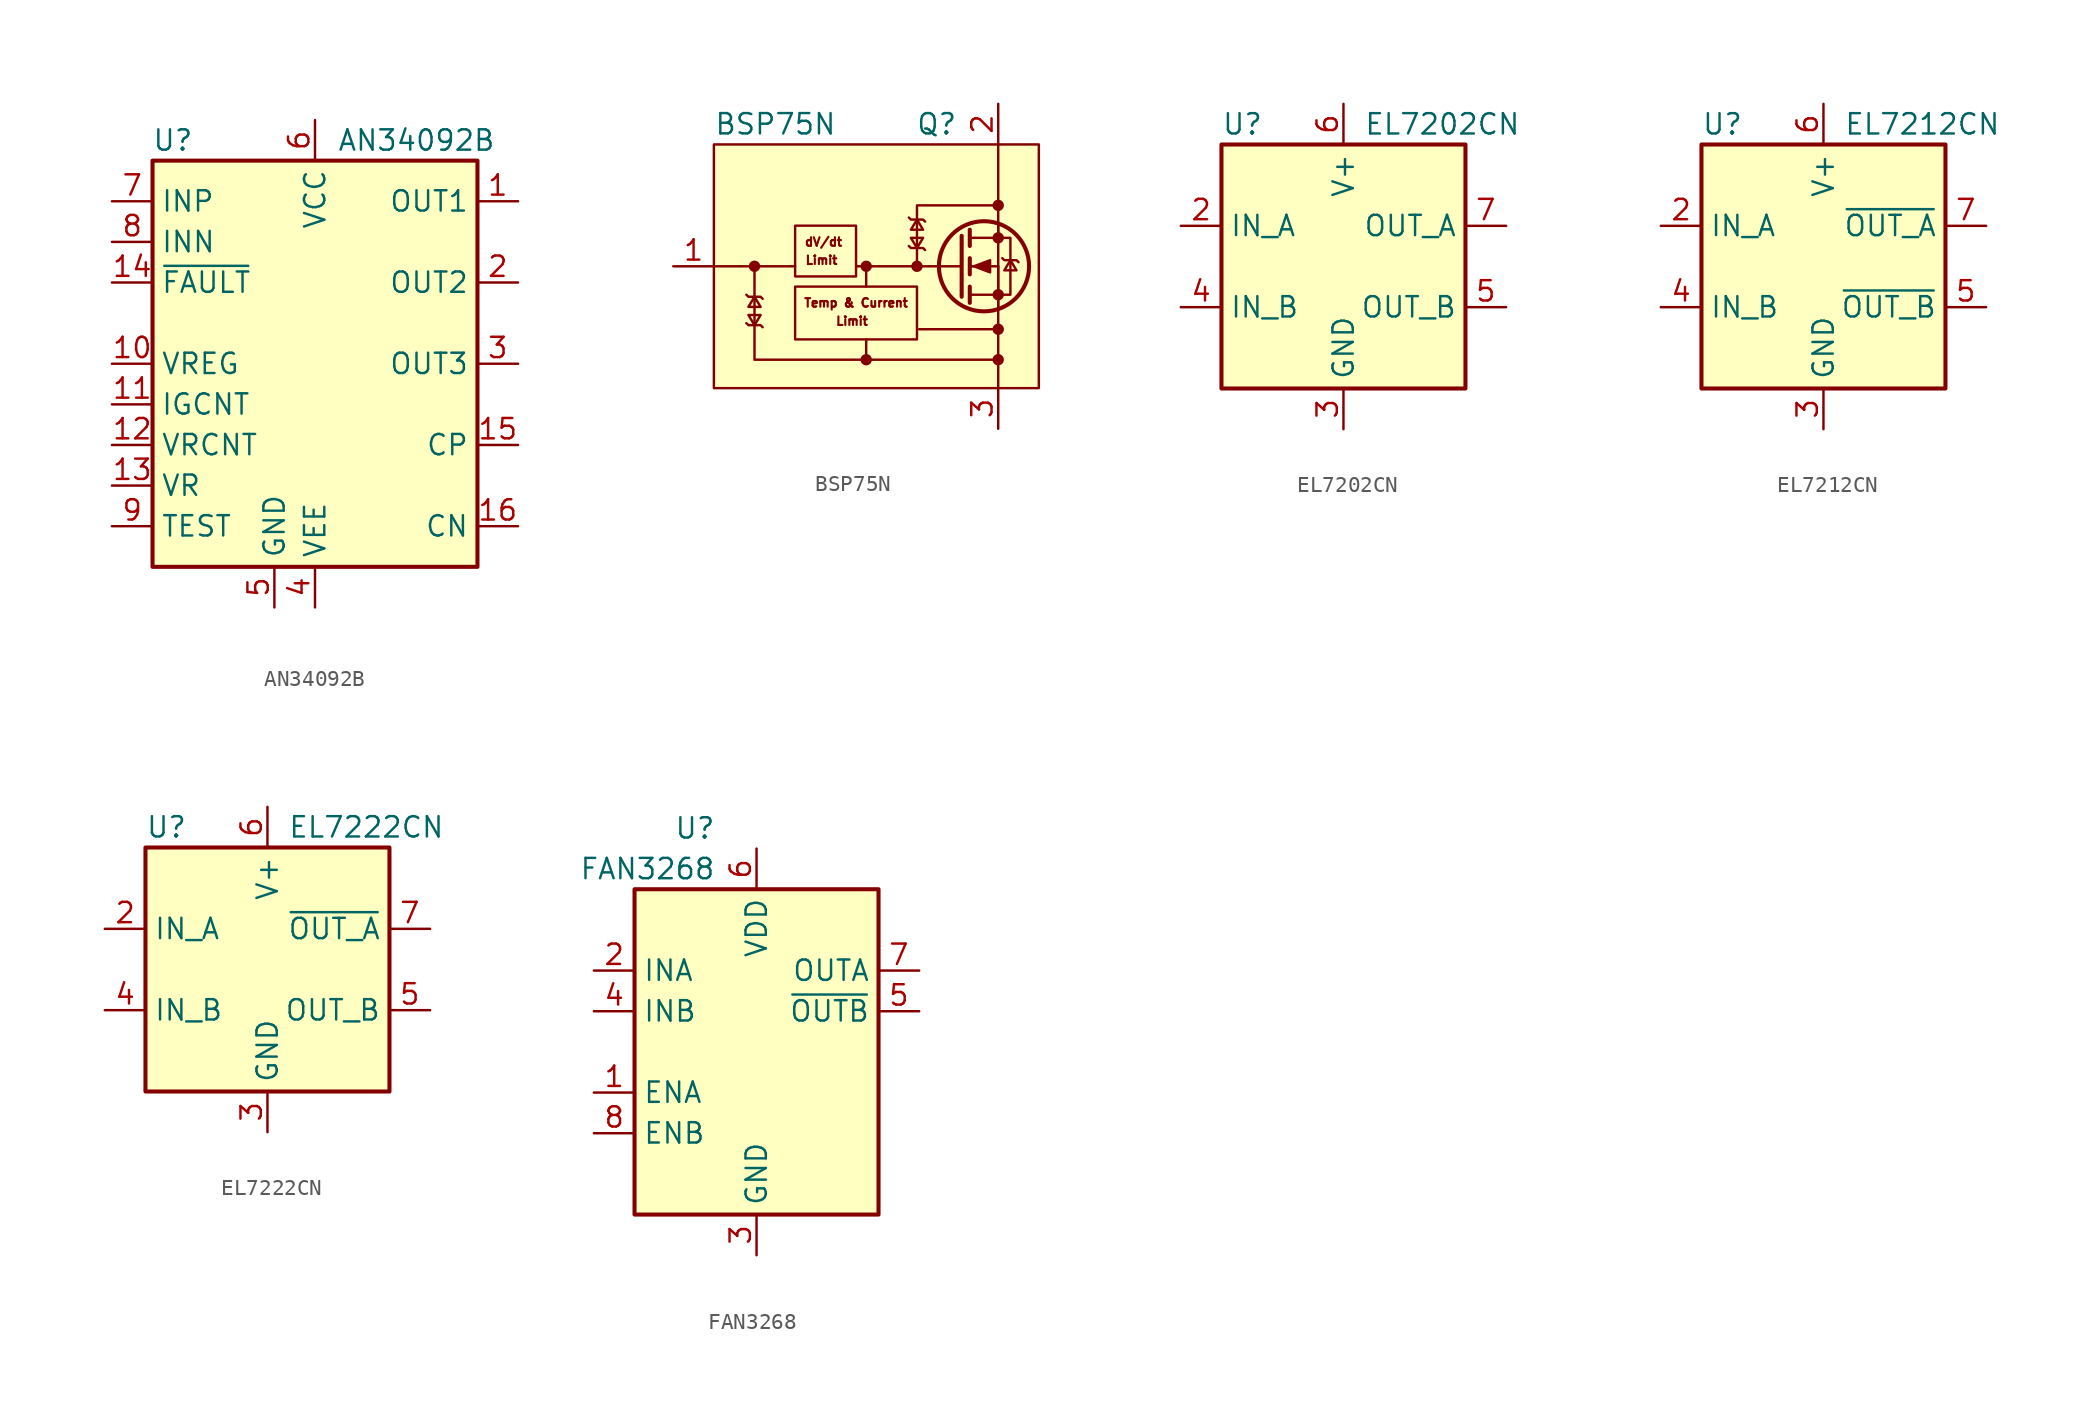
<source format=kicad_sym>
(kicad_symbol_lib
  (version 20220914)
  (generator kicad_symbol_editor)
  (symbol "AN34092B"
    (property "Reference" "U"
      (at -8.89 13.97 0)
      (effects (font (size 1.27 1.27))))
    (property "Value" "AN34092B"
      (at 6.35 13.97 0)
      (effects (font (size 1.27 1.27))))
    (symbol "AN34092B_0_1"
      (rectangle (start -10.16 -12.7) (end 10.16 12.7) (stroke (width 0.254) (type default)) (fill (type background))))
    (symbol "AN34092B_1_1"
      (pin output line (at 12.7 10.16 180) (length 2.54) (name "OUT1" (effects (font (size 1.27 1.27)))) (number "1" (effects (font (size 1.27 1.27)))))
      (pin passive line (at -12.7 0 0) (length 2.54) (name "VREG" (effects (font (size 1.27 1.27)))) (number "10" (effects (font (size 1.27 1.27)))))
      (pin passive line (at -12.7 -2.54 0) (length 2.54) (name "IGCNT" (effects (font (size 1.27 1.27)))) (number "11" (effects (font (size 1.27 1.27)))))
      (pin passive line (at -12.7 -5.08 0) (length 2.54) (name "VRCNT" (effects (font (size 1.27 1.27)))) (number "12" (effects (font (size 1.27 1.27)))))
      (pin passive line (at -12.7 -7.62 0) (length 2.54) (name "VR" (effects (font (size 1.27 1.27)))) (number "13" (effects (font (size 1.27 1.27)))))
      (pin open_collector line (at -12.7 5.08 0) (length 2.54) (name "~{FAULT}" (effects (font (size 1.27 1.27)))) (number "14" (effects (font (size 1.27 1.27)))))
      (pin passive line (at 12.7 -5.08 180) (length 2.54) (name "CP" (effects (font (size 1.27 1.27)))) (number "15" (effects (font (size 1.27 1.27)))))
      (pin passive line (at 12.7 -10.16 180) (length 2.54) (name "CN" (effects (font (size 1.27 1.27)))) (number "16" (effects (font (size 1.27 1.27)))))
      (pin passive line (at -2.54 -15.24 90) (length 2.54) hide (name "GND" (effects (font (size 1.27 1.27)))) (number "17" (effects (font (size 1.27 1.27)))))
      (pin output line (at 12.7 5.08 180) (length 2.54) (name "OUT2" (effects (font (size 1.27 1.27)))) (number "2" (effects (font (size 1.27 1.27)))))
      (pin output line (at 12.7 0 180) (length 2.54) (name "OUT3" (effects (font (size 1.27 1.27)))) (number "3" (effects (font (size 1.27 1.27)))))
      (pin power_in line (at 0 -15.24 90) (length 2.54) (name "VEE" (effects (font (size 1.27 1.27)))) (number "4" (effects (font (size 1.27 1.27)))))
      (pin power_in line (at -2.54 -15.24 90) (length 2.54) (name "GND" (effects (font (size 1.27 1.27)))) (number "5" (effects (font (size 1.27 1.27)))))
      (pin power_in line (at 0 15.24 270) (length 2.54) (name "VCC" (effects (font (size 1.27 1.27)))) (number "6" (effects (font (size 1.27 1.27)))))
      (pin input line (at -12.7 10.16 0) (length 2.54) (name "INP" (effects (font (size 1.27 1.27)))) (number "7" (effects (font (size 1.27 1.27)))))
      (pin input line (at -12.7 7.62 0) (length 2.54) (name "INN" (effects (font (size 1.27 1.27)))) (number "8" (effects (font (size 1.27 1.27)))))
      (pin passive line (at -12.7 -10.16 0) (length 2.54) (name "TEST" (effects (font (size 1.27 1.27)))) (number "9" (effects (font (size 1.27 1.27)))))))
  (symbol "BSP75N"
    (pin_names
      (offset 0) hide)
    (property "Reference" "Q"
      (at 5.08 8.89 0)
      (effects (font (size 1.27 1.27)) (justify right)))
    (property "Value" "BSP75N"
      (at -10.16 8.89 0)
      (effects (font (size 1.27 1.27)) (justify left)))
    (symbol "BSP75N_0_0"
      (rectangle (start -10.16 7.62) (end 10.16 -7.62) (stroke (width 0) (type default)) (fill (type background)))
      (polyline (pts (xy 7.62 2.54) (xy 7.62 -7.62)) (stroke (width 0) (type default)) (fill (type none)))
      (polyline (pts (xy 7.62 2.54) (xy 7.62 7.62)) (stroke (width 0) (type default)) (fill (type none)))
      (polyline (pts (xy -0.635 -1.27) (xy -0.635 -0.635) (xy -0.635 0)) (stroke (width 0) (type default)) (fill (type none)))
      (polyline (pts (xy 2.54 0) (xy 2.54 3.81) (xy 7.62 3.81)) (stroke (width 0) (type default)) (fill (type none)))
      (polyline (pts (xy 7.62 -5.842) (xy -0.635 -5.842) (xy -0.635 -4.572)) (stroke (width 0) (type default)) (fill (type none)))
      (polyline (pts (xy -0.635 -5.842) (xy -7.62 -5.842) (xy -7.62 0) (xy -5.08 0)) (stroke (width 0) (type default)) (fill (type none)))
      (text "Limit" (at -1.524 -3.429 0) (effects (font (size 0.533 0.533))))
      (text "Temp & Current" (at -1.27 -2.286 0) (effects (font (size 0.533 0.533)))))
    (symbol "BSP75N_0_1"
      (rectangle (start -5.08 -1.27) (end 2.54 -4.572) (stroke (width 0) (type default)) (fill (type none)))
      (polyline (pts (xy -7.62 0) (xy -10.16 0)) (stroke (width 0) (type default)) (fill (type none)))
      (polyline (pts (xy 7.62 -3.937) (xy 2.667 -3.937)) (stroke (width 0) (type default)) (fill (type none))))
    (symbol "BSP75N_1_1"
      (circle (center -7.62 0) (radius 0.279) (stroke (width 0) (type default)) (fill (type outline)))
      (rectangle (start -5.08 2.54) (end -1.27 -0.635) (stroke (width 0) (type default)) (fill (type none)))
      (circle (center -0.635 -5.842) (radius 0.279) (stroke (width 0) (type default)) (fill (type outline)))
      (circle (center -0.635 0) (radius 0.279) (stroke (width 0) (type default)) (fill (type outline)))
      (polyline (pts (xy 2.54 0) (xy -1.27 0)) (stroke (width 0) (type default)) (fill (type none)))
      (polyline (pts (xy 2.54 0) (xy 5.334 0)) (stroke (width 0) (type default)) (fill (type none)))
      (polyline (pts (xy 5.842 -1.778) (xy 7.62 -1.778)) (stroke (width 0) (type default)) (fill (type none)))
      (polyline (pts (xy 5.842 -1.27) (xy 5.842 -2.286)) (stroke (width 0.254) (type default)) (fill (type none)))
      (polyline (pts (xy 5.842 0) (xy 7.62 0)) (stroke (width 0) (type default)) (fill (type none)))
      (polyline (pts (xy 5.842 0.508) (xy 5.842 -0.508)) (stroke (width 0.254) (type default)) (fill (type none)))
      (polyline (pts (xy 5.842 1.778) (xy 7.62 1.778)) (stroke (width 0) (type default)) (fill (type none)))
      (polyline (pts (xy 5.842 2.286) (xy 5.842 1.27)) (stroke (width 0.254) (type default)) (fill (type none)))
      (polyline (pts (xy 7.62 -1.778) (xy 7.62 -2.54)) (stroke (width 0) (type default)) (fill (type none)))
      (polyline (pts (xy 7.62 -1.778) (xy 7.62 0)) (stroke (width 0) (type default)) (fill (type none)))
      (polyline (pts (xy 7.62 2.54) (xy 7.62 1.778)) (stroke (width 0) (type default)) (fill (type none)))
      (polyline (pts (xy 5.334 1.905) (xy 5.334 -1.905) (xy 5.334 -1.905)) (stroke (width 0.254) (type default)) (fill (type none)))
      (polyline (pts (xy -8.128 -1.778) (xy -8.001 -1.905) (xy -7.239 -1.905) (xy -7.112 -2.032)) (stroke (width 0) (type default)) (fill (type none)))
      (polyline (pts (xy -7.62 -3.683) (xy -7.239 -3.048) (xy -8.001 -3.048) (xy -7.62 -3.683)) (stroke (width 0) (type default)) (fill (type none)))
      (polyline (pts (xy -7.62 -1.905) (xy -8.001 -2.54) (xy -7.239 -2.54) (xy -7.62 -1.905)) (stroke (width 0) (type default)) (fill (type none)))
      (polyline (pts (xy -7.112 -3.81) (xy -7.239 -3.683) (xy -8.001 -3.683) (xy -8.128 -3.556)) (stroke (width 0) (type default)) (fill (type none)))
      (polyline (pts (xy 2.032 3.048) (xy 2.159 2.921) (xy 2.921 2.921) (xy 3.048 2.794)) (stroke (width 0) (type default)) (fill (type none)))
      (polyline (pts (xy 2.54 1.143) (xy 2.921 1.778) (xy 2.159 1.778) (xy 2.54 1.143)) (stroke (width 0) (type default)) (fill (type none)))
      (polyline (pts (xy 2.54 2.921) (xy 2.159 2.286) (xy 2.921 2.286) (xy 2.54 2.921)) (stroke (width 0) (type default)) (fill (type none)))
      (polyline (pts (xy 3.048 1.016) (xy 2.921 1.143) (xy 2.159 1.143) (xy 2.032 1.27)) (stroke (width 0) (type default)) (fill (type none)))
      (polyline (pts (xy 6.096 0) (xy 7.112 0.381) (xy 7.112 -0.381) (xy 6.096 0)) (stroke (width 0) (type default)) (fill (type outline)))
      (polyline (pts (xy 7.62 -1.778) (xy 8.382 -1.778) (xy 8.382 1.778) (xy 7.62 1.778)) (stroke (width 0) (type default)) (fill (type none)))
      (polyline (pts (xy 7.874 0.508) (xy 8.001 0.381) (xy 8.763 0.381) (xy 8.89 0.254)) (stroke (width 0) (type default)) (fill (type none)))
      (polyline (pts (xy 8.382 0.381) (xy 8.001 -0.254) (xy 8.763 -0.254) (xy 8.382 0.381)) (stroke (width 0) (type default)) (fill (type none)))
      (circle (center 2.54 0) (radius 0.279) (stroke (width 0) (type default)) (fill (type outline)))
      (circle (center 6.731 0) (radius 2.819) (stroke (width 0.254) (type default)) (fill (type none)))
      (circle (center 7.62 -5.842) (radius 0.279) (stroke (width 0) (type default)) (fill (type outline)))
      (circle (center 7.62 -3.937) (radius 0.279) (stroke (width 0) (type default)) (fill (type outline)))
      (circle (center 7.62 -1.778) (radius 0.279) (stroke (width 0) (type default)) (fill (type outline)))
      (circle (center 7.62 1.778) (radius 0.279) (stroke (width 0) (type default)) (fill (type outline)))
      (circle (center 7.62 3.81) (radius 0.279) (stroke (width 0) (type default)) (fill (type outline)))
      (text "dV/dt" (at -3.302 1.524 0) (effects (font (size 0.533 0.533))))
      (text "Limit" (at -3.429 0.381 0) (effects (font (size 0.533 0.533))))
      (pin input line (at -12.7 0 0) (length 2.54) (name "G" (effects (font (size 1.27 1.27)))) (number "1" (effects (font (size 1.27 1.27)))))
      (pin passive line (at 7.62 10.16 270) (length 2.54) (name "D" (effects (font (size 1.27 1.27)))) (number "2" (effects (font (size 1.27 1.27)))))
      (pin passive line (at 7.62 -10.16 90) (length 2.54) (name "S" (effects (font (size 1.27 1.27)))) (number "3" (effects (font (size 1.27 1.27)))))
      (pin passive line (at 7.62 -10.16 90) (length 2.54) hide (name "S" (effects (font (size 1.27 1.27)))) (number "4" (effects (font (size 1.27 1.27)))))))
  (symbol "EL7202CN"
    (property "Reference" "U"
      (at -7.62 8.89 0)
      (effects (font (size 1.27 1.27)) (justify left)))
    (property "Value" "EL7202CN"
      (at 1.27 8.89 0)
      (effects (font (size 1.27 1.27)) (justify left)))
    (symbol "EL7202CN_0_1"
      (rectangle (start -7.62 -7.62) (end 7.62 7.62) (stroke (width 0.254) (type default)) (fill (type background))))
    (symbol "EL7202CN_1_1"
      (pin no_connect line (at -7.62 0 0) (length 2.54) hide (name "NC" (effects (font (size 1.27 1.27)))) (number "1" (effects (font (size 1.27 1.27)))))
      (pin input line (at -10.16 2.54 0) (length 2.54) (name "IN_A" (effects (font (size 1.27 1.27)))) (number "2" (effects (font (size 1.27 1.27)))))
      (pin power_in line (at 0 -10.16 90) (length 2.54) (name "GND" (effects (font (size 1.27 1.27)))) (number "3" (effects (font (size 1.27 1.27)))))
      (pin input line (at -10.16 -2.54 0) (length 2.54) (name "IN_B" (effects (font (size 1.27 1.27)))) (number "4" (effects (font (size 1.27 1.27)))))
      (pin output line (at 10.16 -2.54 180) (length 2.54) (name "OUT_B" (effects (font (size 1.27 1.27)))) (number "5" (effects (font (size 1.27 1.27)))))
      (pin power_in line (at 0 10.16 270) (length 2.54) (name "V+" (effects (font (size 1.27 1.27)))) (number "6" (effects (font (size 1.27 1.27)))))
      (pin output line (at 10.16 2.54 180) (length 2.54) (name "OUT_A" (effects (font (size 1.27 1.27)))) (number "7" (effects (font (size 1.27 1.27)))))
      (pin no_connect line (at 7.62 0 180) (length 2.54) hide (name "NC" (effects (font (size 1.27 1.27)))) (number "8" (effects (font (size 1.27 1.27)))))))
  (symbol "EL7212CN"
    (property "Reference" "U"
      (at -7.62 8.89 0)
      (effects (font (size 1.27 1.27)) (justify left)))
    (property "Value" "EL7212CN"
      (at 1.27 8.89 0)
      (effects (font (size 1.27 1.27)) (justify left)))
    (symbol "EL7212CN_0_1"
      (rectangle (start -7.62 -7.62) (end 7.62 7.62) (stroke (width 0.254) (type default)) (fill (type background))))
    (symbol "EL7212CN_1_1"
      (pin no_connect line (at -7.62 0 0) (length 2.54) hide (name "NC" (effects (font (size 1.27 1.27)))) (number "1" (effects (font (size 1.27 1.27)))))
      (pin input line (at -10.16 2.54 0) (length 2.54) (name "IN_A" (effects (font (size 1.27 1.27)))) (number "2" (effects (font (size 1.27 1.27)))))
      (pin power_in line (at 0 -10.16 90) (length 2.54) (name "GND" (effects (font (size 1.27 1.27)))) (number "3" (effects (font (size 1.27 1.27)))))
      (pin input line (at -10.16 -2.54 0) (length 2.54) (name "IN_B" (effects (font (size 1.27 1.27)))) (number "4" (effects (font (size 1.27 1.27)))))
      (pin output line (at 10.16 -2.54 180) (length 2.54) (name "~{OUT_B}" (effects (font (size 1.27 1.27)))) (number "5" (effects (font (size 1.27 1.27)))))
      (pin power_in line (at 0 10.16 270) (length 2.54) (name "V+" (effects (font (size 1.27 1.27)))) (number "6" (effects (font (size 1.27 1.27)))))
      (pin output line (at 10.16 2.54 180) (length 2.54) (name "~{OUT_A}" (effects (font (size 1.27 1.27)))) (number "7" (effects (font (size 1.27 1.27)))))
      (pin no_connect line (at 7.62 0 180) (length 2.54) hide (name "NC" (effects (font (size 1.27 1.27)))) (number "8" (effects (font (size 1.27 1.27)))))))
  (symbol "EL7222CN"
    (property "Reference" "U"
      (at -7.62 8.89 0)
      (effects (font (size 1.27 1.27)) (justify left)))
    (property "Value" "EL7222CN"
      (at 1.27 8.89 0)
      (effects (font (size 1.27 1.27)) (justify left)))
    (symbol "EL7222CN_0_1"
      (rectangle (start -7.62 -7.62) (end 7.62 7.62) (stroke (width 0.254) (type default)) (fill (type background))))
    (symbol "EL7222CN_1_1"
      (pin no_connect line (at -7.62 0 0) (length 2.54) hide (name "NC" (effects (font (size 1.27 1.27)))) (number "1" (effects (font (size 1.27 1.27)))))
      (pin input line (at -10.16 2.54 0) (length 2.54) (name "IN_A" (effects (font (size 1.27 1.27)))) (number "2" (effects (font (size 1.27 1.27)))))
      (pin power_in line (at 0 -10.16 90) (length 2.54) (name "GND" (effects (font (size 1.27 1.27)))) (number "3" (effects (font (size 1.27 1.27)))))
      (pin input line (at -10.16 -2.54 0) (length 2.54) (name "IN_B" (effects (font (size 1.27 1.27)))) (number "4" (effects (font (size 1.27 1.27)))))
      (pin output line (at 10.16 -2.54 180) (length 2.54) (name "OUT_B" (effects (font (size 1.27 1.27)))) (number "5" (effects (font (size 1.27 1.27)))))
      (pin power_in line (at 0 10.16 270) (length 2.54) (name "V+" (effects (font (size 1.27 1.27)))) (number "6" (effects (font (size 1.27 1.27)))))
      (pin output line (at 10.16 2.54 180) (length 2.54) (name "~{OUT_A}" (effects (font (size 1.27 1.27)))) (number "7" (effects (font (size 1.27 1.27)))))
      (pin no_connect line (at 7.62 0 180) (length 2.54) hide (name "NC" (effects (font (size 1.27 1.27)))) (number "8" (effects (font (size 1.27 1.27)))))))
  (symbol "FAN3268"
    (property "Reference" "U"
      (at -2.54 13.97 0)
      (effects (font (size 1.27 1.27)) (justify right)))
    (property "Value" "FAN3268"
      (at -2.54 11.43 0)
      (effects (font (size 1.27 1.27)) (justify right)))
    (symbol "FAN3268_0_1"
      (rectangle (start -7.62 10.16) (end 7.62 -10.16) (stroke (width 0.254) (type default)) (fill (type background))))
    (symbol "FAN3268_1_1"
      (pin input line (at -10.16 -2.54 0) (length 2.54) (name "ENA" (effects (font (size 1.27 1.27)))) (number "1" (effects (font (size 1.27 1.27)))))
      (pin input line (at -10.16 5.08 0) (length 2.54) (name "INA" (effects (font (size 1.27 1.27)))) (number "2" (effects (font (size 1.27 1.27)))))
      (pin power_in line (at 0 -12.7 90) (length 2.54) (name "GND" (effects (font (size 1.27 1.27)))) (number "3" (effects (font (size 1.27 1.27)))))
      (pin input line (at -10.16 2.54 0) (length 2.54) (name "INB" (effects (font (size 1.27 1.27)))) (number "4" (effects (font (size 1.27 1.27)))))
      (pin output line (at 10.16 2.54 180) (length 2.54) (name "~{OUTB}" (effects (font (size 1.27 1.27)))) (number "5" (effects (font (size 1.27 1.27)))))
      (pin power_in line (at 0 12.7 270) (length 2.54) (name "VDD" (effects (font (size 1.27 1.27)))) (number "6" (effects (font (size 1.27 1.27)))))
      (pin output line (at 10.16 5.08 180) (length 2.54) (name "OUTA" (effects (font (size 1.27 1.27)))) (number "7" (effects (font (size 1.27 1.27)))))
      (pin input line (at -10.16 -5.08 0) (length 2.54) (name "ENB" (effects (font (size 1.27 1.27)))) (number "8" (effects (font (size 1.27 1.27))))))))
</source>
